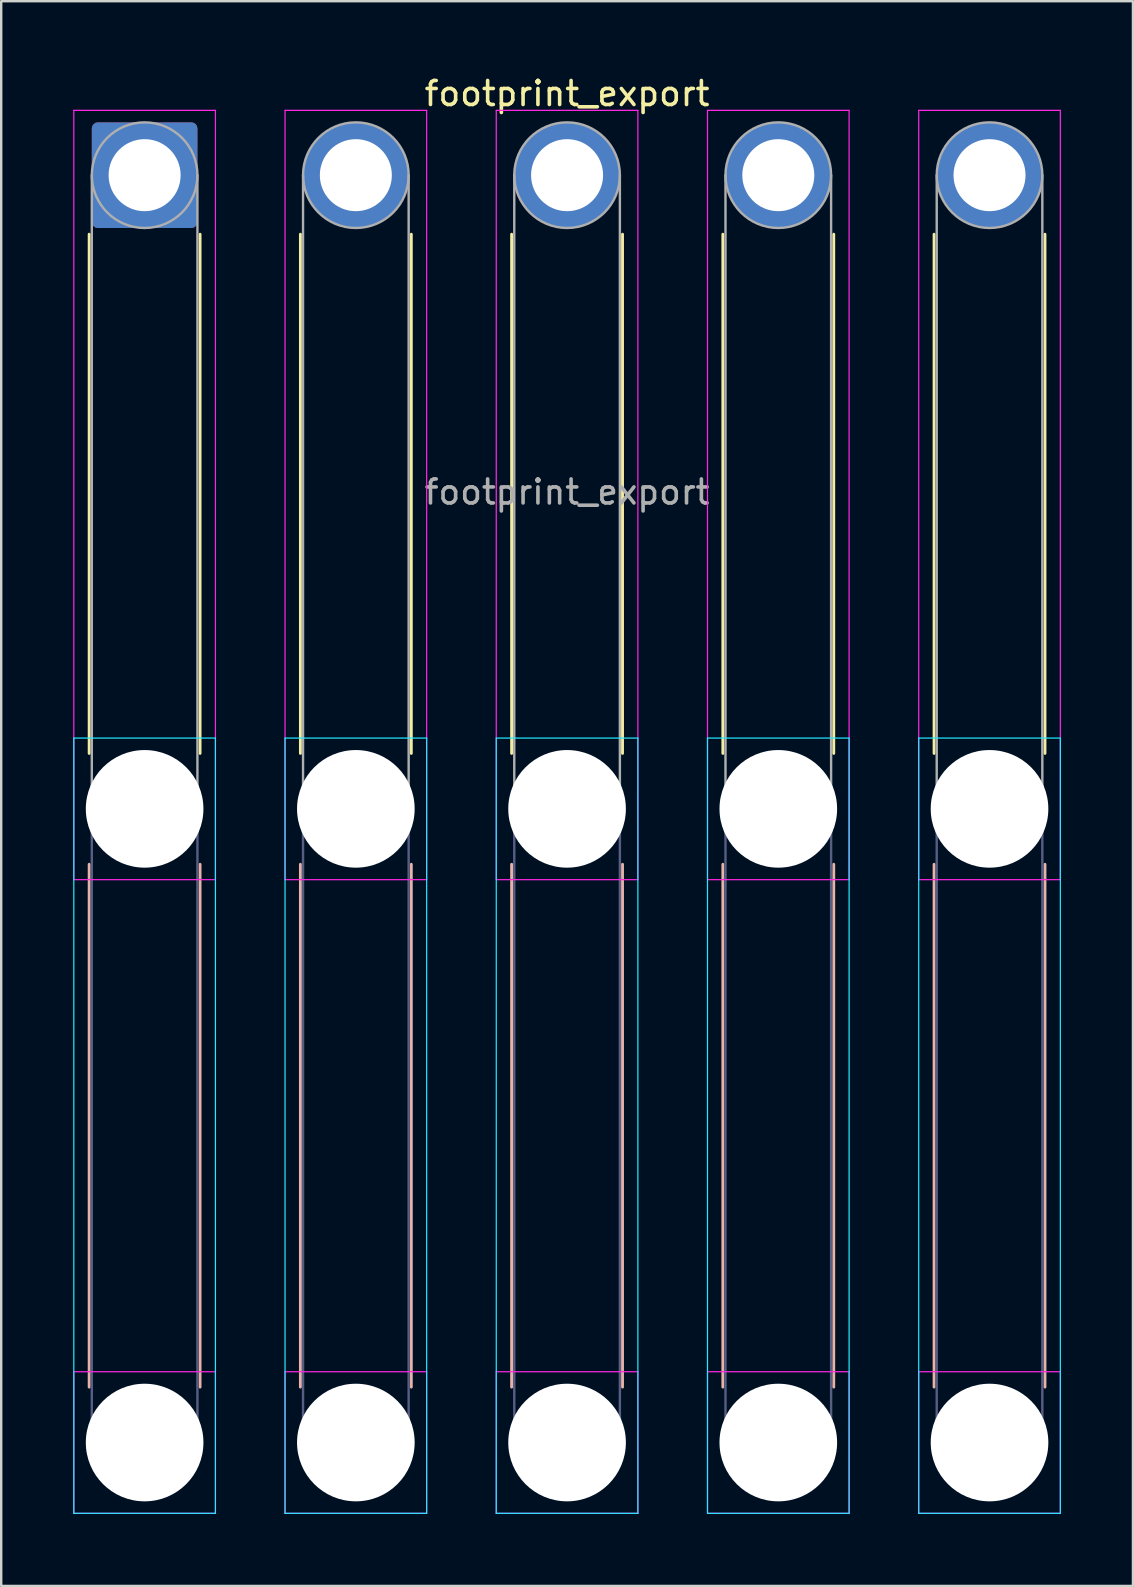
<source format=kicad_pcb>
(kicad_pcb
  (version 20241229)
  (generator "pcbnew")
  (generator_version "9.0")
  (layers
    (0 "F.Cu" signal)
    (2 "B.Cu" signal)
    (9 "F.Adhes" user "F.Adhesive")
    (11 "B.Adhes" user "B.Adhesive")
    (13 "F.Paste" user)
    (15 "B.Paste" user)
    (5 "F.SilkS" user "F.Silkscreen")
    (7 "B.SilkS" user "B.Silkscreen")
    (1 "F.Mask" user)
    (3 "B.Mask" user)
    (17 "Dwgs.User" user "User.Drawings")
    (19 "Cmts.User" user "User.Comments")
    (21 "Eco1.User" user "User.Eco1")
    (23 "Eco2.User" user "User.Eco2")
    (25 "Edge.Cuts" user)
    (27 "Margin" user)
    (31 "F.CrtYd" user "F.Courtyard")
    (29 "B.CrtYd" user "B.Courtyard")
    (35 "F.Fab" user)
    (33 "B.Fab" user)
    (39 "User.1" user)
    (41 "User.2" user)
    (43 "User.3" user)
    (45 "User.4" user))
  (footprint "footprint_export"
    (layer "F.Cu")
    (at 2.975 4.248)
    (property "Reference" "footprint_export" (at 17.6 -3.4 0) (layer "F.SilkS") (effects (font (size 1 1) (thickness 0.15))))
    (attr exclude_from_pos_files exclude_from_bom)
    (fp_line (start -2.31 2.46) (end -2.31 24.09) (stroke (width 0.12) (type solid)) (layer "F.SilkS"))
    (fp_line (start 2.31 2.46) (end 2.31 24.09) (stroke (width 0.12) (type solid)) (layer "F.SilkS"))
    (fp_line (start 6.49 2.46) (end 6.49 24.09) (stroke (width 0.12) (type solid)) (layer "F.SilkS"))
    (fp_line (start 11.11 2.46) (end 11.11 24.09) (stroke (width 0.12) (type solid)) (layer "F.SilkS"))
    (fp_line (start 15.29 2.46) (end 15.29 24.09) (stroke (width 0.12) (type solid)) (layer "F.SilkS"))
    (fp_line (start 19.91 2.46) (end 19.91 24.09) (stroke (width 0.12) (type solid)) (layer "F.SilkS"))
    (fp_line (start 24.09 2.46) (end 24.09 24.09) (stroke (width 0.12) (type solid)) (layer "F.SilkS"))
    (fp_line (start 28.71 2.46) (end 28.71 24.09) (stroke (width 0.12) (type solid)) (layer "F.SilkS"))
    (fp_line (start 32.89 2.46) (end 32.89 24.09) (stroke (width 0.12) (type solid)) (layer "F.SilkS"))
    (fp_line (start 37.51 2.46) (end 37.51 24.09) (stroke (width 0.12) (type solid)) (layer "F.SilkS"))
    (fp_line (start -2.31 28.71) (end -2.31 50.49) (stroke (width 0.12) (type solid)) (layer "B.SilkS"))
    (fp_line (start 2.31 28.71) (end 2.31 50.49) (stroke (width 0.12) (type solid)) (layer "B.SilkS"))
    (fp_line (start 6.49 28.71) (end 6.49 50.49) (stroke (width 0.12) (type solid)) (layer "B.SilkS"))
    (fp_line (start 11.11 28.71) (end 11.11 50.49) (stroke (width 0.12) (type solid)) (layer "B.SilkS"))
    (fp_line (start 15.29 28.71) (end 15.29 50.49) (stroke (width 0.12) (type solid)) (layer "B.SilkS"))
    (fp_line (start 19.91 28.71) (end 19.91 50.49) (stroke (width 0.12) (type solid)) (layer "B.SilkS"))
    (fp_line (start 24.09 28.71) (end 24.09 50.49) (stroke (width 0.12) (type solid)) (layer "B.SilkS"))
    (fp_line (start 28.71 28.71) (end 28.71 50.49) (stroke (width 0.12) (type solid)) (layer "B.SilkS"))
    (fp_line (start 32.89 28.71) (end 32.89 50.49) (stroke (width 0.12) (type solid)) (layer "B.SilkS"))
    (fp_line (start 37.51 28.71) (end 37.51 50.49) (stroke (width 0.12) (type solid)) (layer "B.SilkS"))
    (fp_line (start -2.95 23.45) (end -2.95 55.75) (stroke (width 0.05) (type solid)) (layer "B.CrtYd"))
    (fp_line (start -2.95 55.75) (end 2.95 55.75) (stroke (width 0.05) (type solid)) (layer "B.CrtYd"))
    (fp_line (start 2.95 23.45) (end -2.95 23.45) (stroke (width 0.05) (type solid)) (layer "B.CrtYd"))
    (fp_line (start 2.95 55.75) (end 2.95 23.45) (stroke (width 0.05) (type solid)) (layer "B.CrtYd"))
    (fp_line (start 5.85 23.45) (end 5.85 55.75) (stroke (width 0.05) (type solid)) (layer "B.CrtYd"))
    (fp_line (start 5.85 55.75) (end 11.75 55.75) (stroke (width 0.05) (type solid)) (layer "B.CrtYd"))
    (fp_line (start 11.75 23.45) (end 5.85 23.45) (stroke (width 0.05) (type solid)) (layer "B.CrtYd"))
    (fp_line (start 11.75 55.75) (end 11.75 23.45) (stroke (width 0.05) (type solid)) (layer "B.CrtYd"))
    (fp_line (start 14.65 23.45) (end 14.65 55.75) (stroke (width 0.05) (type solid)) (layer "B.CrtYd"))
    (fp_line (start 14.65 55.75) (end 20.55 55.75) (stroke (width 0.05) (type solid)) (layer "B.CrtYd"))
    (fp_line (start 20.55 23.45) (end 14.65 23.45) (stroke (width 0.05) (type solid)) (layer "B.CrtYd"))
    (fp_line (start 20.55 55.75) (end 20.55 23.45) (stroke (width 0.05) (type solid)) (layer "B.CrtYd"))
    (fp_line (start 23.45 23.45) (end 23.45 55.75) (stroke (width 0.05) (type solid)) (layer "B.CrtYd"))
    (fp_line (start 23.45 55.75) (end 29.35 55.75) (stroke (width 0.05) (type solid)) (layer "B.CrtYd"))
    (fp_line (start 29.35 23.45) (end 23.45 23.45) (stroke (width 0.05) (type solid)) (layer "B.CrtYd"))
    (fp_line (start 29.35 55.75) (end 29.35 23.45) (stroke (width 0.05) (type solid)) (layer "B.CrtYd"))
    (fp_line (start 32.25 23.45) (end 32.25 55.75) (stroke (width 0.05) (type solid)) (layer "B.CrtYd"))
    (fp_line (start 32.25 55.75) (end 38.15 55.75) (stroke (width 0.05) (type solid)) (layer "B.CrtYd"))
    (fp_line (start 38.15 23.45) (end 32.25 23.45) (stroke (width 0.05) (type solid)) (layer "B.CrtYd"))
    (fp_line (start 38.15 55.75) (end 38.15 23.45) (stroke (width 0.05) (type solid)) (layer "B.CrtYd"))
    (fp_line (start -2.95 -2.7) (end -2.95 29.35) (stroke (width 0.05) (type solid)) (layer "F.CrtYd"))
    (fp_line (start -2.95 29.35) (end 2.95 29.35) (stroke (width 0.05) (type solid)) (layer "F.CrtYd"))
    (fp_line (start -2.95 49.85) (end -2.95 55.75) (stroke (width 0.05) (type solid)) (layer "F.CrtYd"))
    (fp_line (start -2.95 55.75) (end 2.95 55.75) (stroke (width 0.05) (type solid)) (layer "F.CrtYd"))
    (fp_line (start 2.95 -2.7) (end -2.95 -2.7) (stroke (width 0.05) (type solid)) (layer "F.CrtYd"))
    (fp_line (start 2.95 29.35) (end 2.95 -2.7) (stroke (width 0.05) (type solid)) (layer "F.CrtYd"))
    (fp_line (start 2.95 49.85) (end -2.95 49.85) (stroke (width 0.05) (type solid)) (layer "F.CrtYd"))
    (fp_line (start 2.95 55.75) (end 2.95 49.85) (stroke (width 0.05) (type solid)) (layer "F.CrtYd"))
    (fp_line (start 5.85 -2.7) (end 5.85 29.35) (stroke (width 0.05) (type solid)) (layer "F.CrtYd"))
    (fp_line (start 5.85 29.35) (end 11.75 29.35) (stroke (width 0.05) (type solid)) (layer "F.CrtYd"))
    (fp_line (start 5.85 49.85) (end 5.85 55.75) (stroke (width 0.05) (type solid)) (layer "F.CrtYd"))
    (fp_line (start 5.85 55.75) (end 11.75 55.75) (stroke (width 0.05) (type solid)) (layer "F.CrtYd"))
    (fp_line (start 11.75 -2.7) (end 5.85 -2.7) (stroke (width 0.05) (type solid)) (layer "F.CrtYd"))
    (fp_line (start 11.75 29.35) (end 11.75 -2.7) (stroke (width 0.05) (type solid)) (layer "F.CrtYd"))
    (fp_line (start 11.75 49.85) (end 5.85 49.85) (stroke (width 0.05) (type solid)) (layer "F.CrtYd"))
    (fp_line (start 11.75 55.75) (end 11.75 49.85) (stroke (width 0.05) (type solid)) (layer "F.CrtYd"))
    (fp_line (start 14.65 -2.7) (end 14.65 29.35) (stroke (width 0.05) (type solid)) (layer "F.CrtYd"))
    (fp_line (start 14.65 29.35) (end 20.55 29.35) (stroke (width 0.05) (type solid)) (layer "F.CrtYd"))
    (fp_line (start 14.65 49.85) (end 14.65 55.75) (stroke (width 0.05) (type solid)) (layer "F.CrtYd"))
    (fp_line (start 14.65 55.75) (end 20.55 55.75) (stroke (width 0.05) (type solid)) (layer "F.CrtYd"))
    (fp_line (start 20.55 -2.7) (end 14.65 -2.7) (stroke (width 0.05) (type solid)) (layer "F.CrtYd"))
    (fp_line (start 20.55 29.35) (end 20.55 -2.7) (stroke (width 0.05) (type solid)) (layer "F.CrtYd"))
    (fp_line (start 20.55 49.85) (end 14.65 49.85) (stroke (width 0.05) (type solid)) (layer "F.CrtYd"))
    (fp_line (start 20.55 55.75) (end 20.55 49.85) (stroke (width 0.05) (type solid)) (layer "F.CrtYd"))
    (fp_line (start 23.45 -2.7) (end 23.45 29.35) (stroke (width 0.05) (type solid)) (layer "F.CrtYd"))
    (fp_line (start 23.45 29.35) (end 29.35 29.35) (stroke (width 0.05) (type solid)) (layer "F.CrtYd"))
    (fp_line (start 23.45 49.85) (end 23.45 55.75) (stroke (width 0.05) (type solid)) (layer "F.CrtYd"))
    (fp_line (start 23.45 55.75) (end 29.35 55.75) (stroke (width 0.05) (type solid)) (layer "F.CrtYd"))
    (fp_line (start 29.35 -2.7) (end 23.45 -2.7) (stroke (width 0.05) (type solid)) (layer "F.CrtYd"))
    (fp_line (start 29.35 29.35) (end 29.35 -2.7) (stroke (width 0.05) (type solid)) (layer "F.CrtYd"))
    (fp_line (start 29.35 49.85) (end 23.45 49.85) (stroke (width 0.05) (type solid)) (layer "F.CrtYd"))
    (fp_line (start 29.35 55.75) (end 29.35 49.85) (stroke (width 0.05) (type solid)) (layer "F.CrtYd"))
    (fp_line (start 32.25 -2.7) (end 32.25 29.35) (stroke (width 0.05) (type solid)) (layer "F.CrtYd"))
    (fp_line (start 32.25 29.35) (end 38.15 29.35) (stroke (width 0.05) (type solid)) (layer "F.CrtYd"))
    (fp_line (start 32.25 49.85) (end 32.25 55.75) (stroke (width 0.05) (type solid)) (layer "F.CrtYd"))
    (fp_line (start 32.25 55.75) (end 38.15 55.75) (stroke (width 0.05) (type solid)) (layer "F.CrtYd"))
    (fp_line (start 38.15 -2.7) (end 32.25 -2.7) (stroke (width 0.05) (type solid)) (layer "F.CrtYd"))
    (fp_line (start 38.15 29.35) (end 38.15 -2.7) (stroke (width 0.05) (type solid)) (layer "F.CrtYd"))
    (fp_line (start 38.15 49.85) (end 32.25 49.85) (stroke (width 0.05) (type solid)) (layer "F.CrtYd"))
    (fp_line (start 38.15 55.75) (end 38.15 49.85) (stroke (width 0.05) (type solid)) (layer "F.CrtYd"))
    (fp_line (start -2.2 26.4) (end -2.2 52.8) (stroke (width 0.1) (type solid)) (layer "B.Fab"))
    (fp_line (start 2.2 26.4) (end 2.2 52.8) (stroke (width 0.1) (type solid)) (layer "B.Fab"))
    (fp_line (start 6.6 26.4) (end 6.6 52.8) (stroke (width 0.1) (type solid)) (layer "B.Fab"))
    (fp_line (start 11 26.4) (end 11 52.8) (stroke (width 0.1) (type solid)) (layer "B.Fab"))
    (fp_line (start 15.4 26.4) (end 15.4 52.8) (stroke (width 0.1) (type solid)) (layer "B.Fab"))
    (fp_line (start 19.8 26.4) (end 19.8 52.8) (stroke (width 0.1) (type solid)) (layer "B.Fab"))
    (fp_line (start 24.2 26.4) (end 24.2 52.8) (stroke (width 0.1) (type solid)) (layer "B.Fab"))
    (fp_line (start 28.6 26.4) (end 28.6 52.8) (stroke (width 0.1) (type solid)) (layer "B.Fab"))
    (fp_line (start 33 26.4) (end 33 52.8) (stroke (width 0.1) (type solid)) (layer "B.Fab"))
    (fp_line (start 37.4 26.4) (end 37.4 52.8) (stroke (width 0.1) (type solid)) (layer "B.Fab"))
    (fp_circle (center 0 26.4) (end 2.2 26.4) (stroke (width 0.1) (type solid)) (fill no) (layer "B.Fab"))
    (fp_circle (center 0 52.8) (end 2.2 52.8) (stroke (width 0.1) (type solid)) (fill no) (layer "B.Fab"))
    (fp_circle (center 8.8 26.4) (end 11 26.4) (stroke (width 0.1) (type solid)) (fill no) (layer "B.Fab"))
    (fp_circle (center 8.8 52.8) (end 11 52.8) (stroke (width 0.1) (type solid)) (fill no) (layer "B.Fab"))
    (fp_circle (center 17.6 26.4) (end 19.8 26.4) (stroke (width 0.1) (type solid)) (fill no) (layer "B.Fab"))
    (fp_circle (center 17.6 52.8) (end 19.8 52.8) (stroke (width 0.1) (type solid)) (fill no) (layer "B.Fab"))
    (fp_circle (center 26.4 26.4) (end 28.6 26.4) (stroke (width 0.1) (type solid)) (fill no) (layer "B.Fab"))
    (fp_circle (center 26.4 52.8) (end 28.6 52.8) (stroke (width 0.1) (type solid)) (fill no) (layer "B.Fab"))
    (fp_circle (center 35.2 26.4) (end 37.4 26.4) (stroke (width 0.1) (type solid)) (fill no) (layer "B.Fab"))
    (fp_circle (center 35.2 52.8) (end 37.4 52.8) (stroke (width 0.1) (type solid)) (fill no) (layer "B.Fab"))
    (fp_line (start -2.2 0) (end -2.2 26.4) (stroke (width 0.1) (type solid)) (layer "F.Fab"))
    (fp_line (start 2.2 0) (end 2.2 26.4) (stroke (width 0.1) (type solid)) (layer "F.Fab"))
    (fp_line (start 6.6 0) (end 6.6 26.4) (stroke (width 0.1) (type solid)) (layer "F.Fab"))
    (fp_line (start 11 0) (end 11 26.4) (stroke (width 0.1) (type solid)) (layer "F.Fab"))
    (fp_line (start 15.4 0) (end 15.4 26.4) (stroke (width 0.1) (type solid)) (layer "F.Fab"))
    (fp_line (start 19.8 0) (end 19.8 26.4) (stroke (width 0.1) (type solid)) (layer "F.Fab"))
    (fp_line (start 24.2 0) (end 24.2 26.4) (stroke (width 0.1) (type solid)) (layer "F.Fab"))
    (fp_line (start 28.6 0) (end 28.6 26.4) (stroke (width 0.1) (type solid)) (layer "F.Fab"))
    (fp_line (start 33 0) (end 33 26.4) (stroke (width 0.1) (type solid)) (layer "F.Fab"))
    (fp_line (start 37.4 0) (end 37.4 26.4) (stroke (width 0.1) (type solid)) (layer "F.Fab"))
    (fp_circle (center 0 0) (end 2.2 0) (stroke (width 0.1) (type solid)) (fill no) (layer "F.Fab"))
    (fp_circle (center 0 26.4) (end 2.2 26.4) (stroke (width 0.1) (type solid)) (fill no) (layer "F.Fab"))
    (fp_circle (center 0 52.8) (end 2.2 52.8) (stroke (width 0.1) (type solid)) (fill no) (layer "F.Fab"))
    (fp_circle (center 8.8 0) (end 11 0) (stroke (width 0.1) (type solid)) (fill no) (layer "F.Fab"))
    (fp_circle (center 8.8 26.4) (end 11 26.4) (stroke (width 0.1) (type solid)) (fill no) (layer "F.Fab"))
    (fp_circle (center 8.8 52.8) (end 11 52.8) (stroke (width 0.1) (type solid)) (fill no) (layer "F.Fab"))
    (fp_circle (center 17.6 0) (end 19.8 0) (stroke (width 0.1) (type solid)) (fill no) (layer "F.Fab"))
    (fp_circle (center 17.6 26.4) (end 19.8 26.4) (stroke (width 0.1) (type solid)) (fill no) (layer "F.Fab"))
    (fp_circle (center 17.6 52.8) (end 19.8 52.8) (stroke (width 0.1) (type solid)) (fill no) (layer "F.Fab"))
    (fp_circle (center 26.4 0) (end 28.6 0) (stroke (width 0.1) (type solid)) (fill no) (layer "F.Fab"))
    (fp_circle (center 26.4 26.4) (end 28.6 26.4) (stroke (width 0.1) (type solid)) (fill no) (layer "F.Fab"))
    (fp_circle (center 26.4 52.8) (end 28.6 52.8) (stroke (width 0.1) (type solid)) (fill no) (layer "F.Fab"))
    (fp_circle (center 35.2 0) (end 37.4 0) (stroke (width 0.1) (type solid)) (fill no) (layer "F.Fab"))
    (fp_circle (center 35.2 26.4) (end 37.4 26.4) (stroke (width 0.1) (type solid)) (fill no) (layer "F.Fab"))
    (fp_circle (center 35.2 52.8) (end 37.4 52.8) (stroke (width 0.1) (type solid)) (fill no) (layer "F.Fab"))
    (fp_text user "${REFERENCE}" (at 17.6 13.2 0) (layer "F.Fab") (effects (font (size 1 1) (thickness 0.15))))
    (pad "" np_thru_hole circle (at 0 26.4) (size 4.9 4.9) (drill 4.9) (layers "*.Cu" "*.Mask"))
    (pad "" np_thru_hole circle (at 0 52.8) (size 4.9 4.9) (drill 4.9) (layers "*.Cu" "*.Mask"))
    (pad "" np_thru_hole circle (at 8.8 26.4) (size 4.9 4.9) (drill 4.9) (layers "*.Cu" "*.Mask"))
    (pad "" np_thru_hole circle (at 8.8 52.8) (size 4.9 4.9) (drill 4.9) (layers "*.Cu" "*.Mask"))
    (pad "" np_thru_hole circle (at 17.6 26.4) (size 4.9 4.9) (drill 4.9) (layers "*.Cu" "*.Mask"))
    (pad "" np_thru_hole circle (at 17.6 52.8) (size 4.9 4.9) (drill 4.9) (layers "*.Cu" "*.Mask"))
    (pad "" np_thru_hole circle (at 26.4 26.4) (size 4.9 4.9) (drill 4.9) (layers "*.Cu" "*.Mask"))
    (pad "" np_thru_hole circle (at 26.4 52.8) (size 4.9 4.9) (drill 4.9) (layers "*.Cu" "*.Mask"))
    (pad "" np_thru_hole circle (at 35.2 26.4) (size 4.9 4.9) (drill 4.9) (layers "*.Cu" "*.Mask"))
    (pad "" np_thru_hole circle (at 35.2 52.8) (size 4.9 4.9) (drill 4.9) (layers "*.Cu" "*.Mask"))
    (pad "1" thru_hole roundrect (at 0 0) (size 4.4 4.4) (drill 3) (layers "*.Cu" "*.Mask") (roundrect_rratio 0.057))
    (pad "2" thru_hole circle (at 8.8 0) (size 4.4 4.4) (drill 3) (layers "*.Cu" "*.Mask"))
    (pad "3" thru_hole circle (at 17.6 0) (size 4.4 4.4) (drill 3) (layers "*.Cu" "*.Mask"))
    (pad "4" thru_hole circle (at 26.4 0) (size 4.4 4.4) (drill 3) (layers "*.Cu" "*.Mask"))
    (pad "5" thru_hole circle (at 35.2 0) (size 4.4 4.4) (drill 3) (layers "*.Cu" "*.Mask")))
  (gr_rect
    (start -3 -3)
    (end 44.15 63.023)
    (stroke (width 0.1) (type default))
    (fill no)
    (layer "Edge.Cuts")))
</source>
